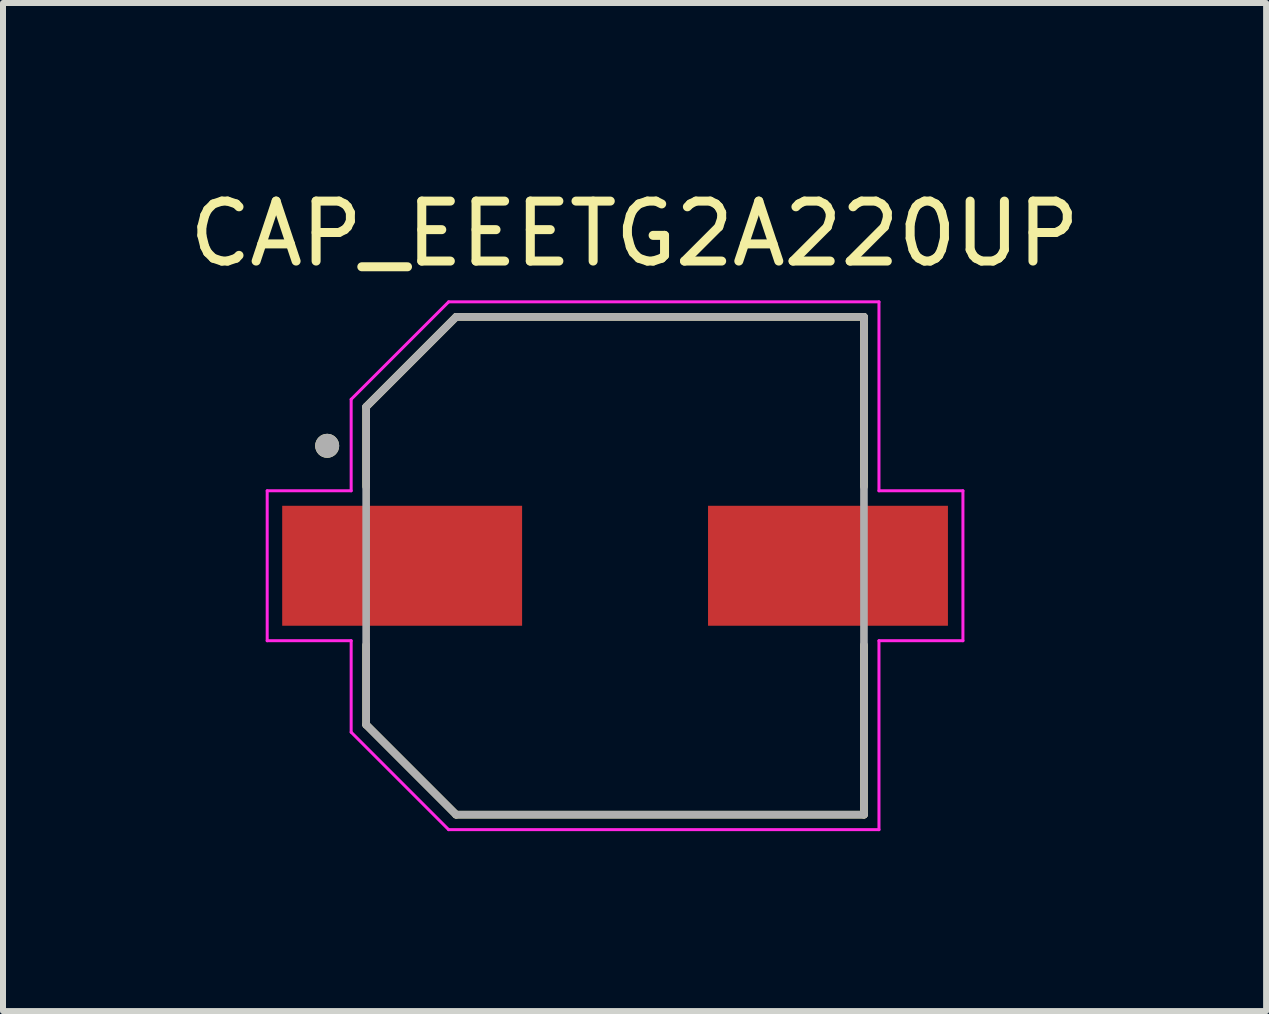
<source format=kicad_pcb>
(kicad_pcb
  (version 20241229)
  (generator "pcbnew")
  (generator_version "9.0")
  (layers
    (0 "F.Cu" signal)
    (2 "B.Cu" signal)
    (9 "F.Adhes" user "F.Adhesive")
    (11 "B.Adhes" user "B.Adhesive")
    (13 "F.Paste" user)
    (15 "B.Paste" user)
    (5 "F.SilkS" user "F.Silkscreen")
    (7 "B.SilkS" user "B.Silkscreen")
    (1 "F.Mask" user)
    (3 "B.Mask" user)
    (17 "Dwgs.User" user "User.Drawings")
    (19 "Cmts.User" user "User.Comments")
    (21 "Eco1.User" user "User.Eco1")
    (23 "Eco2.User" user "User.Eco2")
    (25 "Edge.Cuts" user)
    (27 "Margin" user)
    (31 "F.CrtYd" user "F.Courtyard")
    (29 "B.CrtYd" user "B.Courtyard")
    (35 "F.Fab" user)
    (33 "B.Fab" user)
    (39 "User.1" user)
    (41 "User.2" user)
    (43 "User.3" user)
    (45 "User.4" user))
  (footprint "CAP_EEETG2A220UP"
    (layer "F.Cu")
    (at 7.205 6.383)
    (property "Reference" "CAP_EEETG2A220UP" (at 0.325 -5.535 0) (layer "F.SilkS") (effects (font (size 1 1) (thickness 0.15))))
    (attr smd)
    (fp_line (start -4.15 -2.65) (end -4.15 -1.32) (stroke (width 0.127) (type solid)) (layer "F.SilkS"))
    (fp_line (start -4.15 1.32) (end -4.15 2.65) (stroke (width 0.127) (type solid)) (layer "F.SilkS"))
    (fp_line (start -4.15 2.65) (end -2.65 4.15) (stroke (width 0.127) (type solid)) (layer "F.SilkS"))
    (fp_line (start -2.65 -4.15) (end -4.15 -2.65) (stroke (width 0.127) (type solid)) (layer "F.SilkS"))
    (fp_line (start -2.65 4.15) (end 4.15 4.15) (stroke (width 0.127) (type solid)) (layer "F.SilkS"))
    (fp_line (start 4.15 -4.15) (end -2.65 -4.15) (stroke (width 0.127) (type solid)) (layer "F.SilkS"))
    (fp_line (start 4.15 -1.32) (end 4.15 -4.15) (stroke (width 0.127) (type solid)) (layer "F.SilkS"))
    (fp_line (start 4.15 4.15) (end 4.15 1.32) (stroke (width 0.127) (type solid)) (layer "F.SilkS"))
    (fp_circle (center -4.8 -2) (end -4.7 -2) (stroke (width 0.2) (type solid)) (fill no) (layer "F.SilkS"))
    (fp_line (start -5.8 -1.25) (end -4.4 -1.25) (stroke (width 0.05) (type solid)) (layer "F.CrtYd"))
    (fp_line (start -5.8 1.25) (end -5.8 -1.25) (stroke (width 0.05) (type solid)) (layer "F.CrtYd"))
    (fp_line (start -4.4 -2.775) (end -2.775 -4.4) (stroke (width 0.05) (type solid)) (layer "F.CrtYd"))
    (fp_line (start -4.4 -1.25) (end -4.4 -2.775) (stroke (width 0.05) (type solid)) (layer "F.CrtYd"))
    (fp_line (start -4.4 1.25) (end -5.8 1.25) (stroke (width 0.05) (type solid)) (layer "F.CrtYd"))
    (fp_line (start -4.4 2.775) (end -4.4 1.25) (stroke (width 0.05) (type solid)) (layer "F.CrtYd"))
    (fp_line (start -2.775 -4.4) (end 4.4 -4.4) (stroke (width 0.05) (type solid)) (layer "F.CrtYd"))
    (fp_line (start -2.775 4.4) (end -4.4 2.775) (stroke (width 0.05) (type solid)) (layer "F.CrtYd"))
    (fp_line (start 4.4 -4.4) (end 4.4 -1.25) (stroke (width 0.05) (type solid)) (layer "F.CrtYd"))
    (fp_line (start 4.4 -1.25) (end 5.8 -1.25) (stroke (width 0.05) (type solid)) (layer "F.CrtYd"))
    (fp_line (start 4.4 1.25) (end 4.4 4.4) (stroke (width 0.05) (type solid)) (layer "F.CrtYd"))
    (fp_line (start 4.4 4.4) (end -2.775 4.4) (stroke (width 0.05) (type solid)) (layer "F.CrtYd"))
    (fp_line (start 5.8 -1.25) (end 5.8 1.25) (stroke (width 0.05) (type solid)) (layer "F.CrtYd"))
    (fp_line (start 5.8 1.25) (end 4.4 1.25) (stroke (width 0.05) (type solid)) (layer "F.CrtYd"))
    (fp_line (start -4.15 -2.65) (end -4.15 2.65) (stroke (width 0.127) (type solid)) (layer "F.Fab"))
    (fp_line (start -4.15 2.65) (end -2.65 4.15) (stroke (width 0.127) (type solid)) (layer "F.Fab"))
    (fp_line (start -2.65 -4.15) (end -4.15 -2.65) (stroke (width 0.127) (type solid)) (layer "F.Fab"))
    (fp_line (start -2.65 4.15) (end 4.15 4.15) (stroke (width 0.127) (type solid)) (layer "F.Fab"))
    (fp_line (start 4.15 -4.15) (end -2.65 -4.15) (stroke (width 0.127) (type solid)) (layer "F.Fab"))
    (fp_line (start 4.15 4.15) (end 4.15 -4.15) (stroke (width 0.127) (type solid)) (layer "F.Fab"))
    (fp_circle (center -4.8 -2) (end -4.7 -2) (stroke (width 0.2) (type solid)) (fill no) (layer "F.Fab"))
    (pad "1" smd rect (at -3.55 0) (size 4 2) (layers "F.Cu" "F.Mask" "F.Paste"))
    (pad "2" smd rect (at 3.55 0) (size 4 2) (layers "F.Cu" "F.Mask" "F.Paste")))
  (gr_rect
    (start -3 -3)
    (end 18.06 13.808)
    (stroke (width 0.1) (type default))
    (fill no)
    (layer "Edge.Cuts")))
</source>
